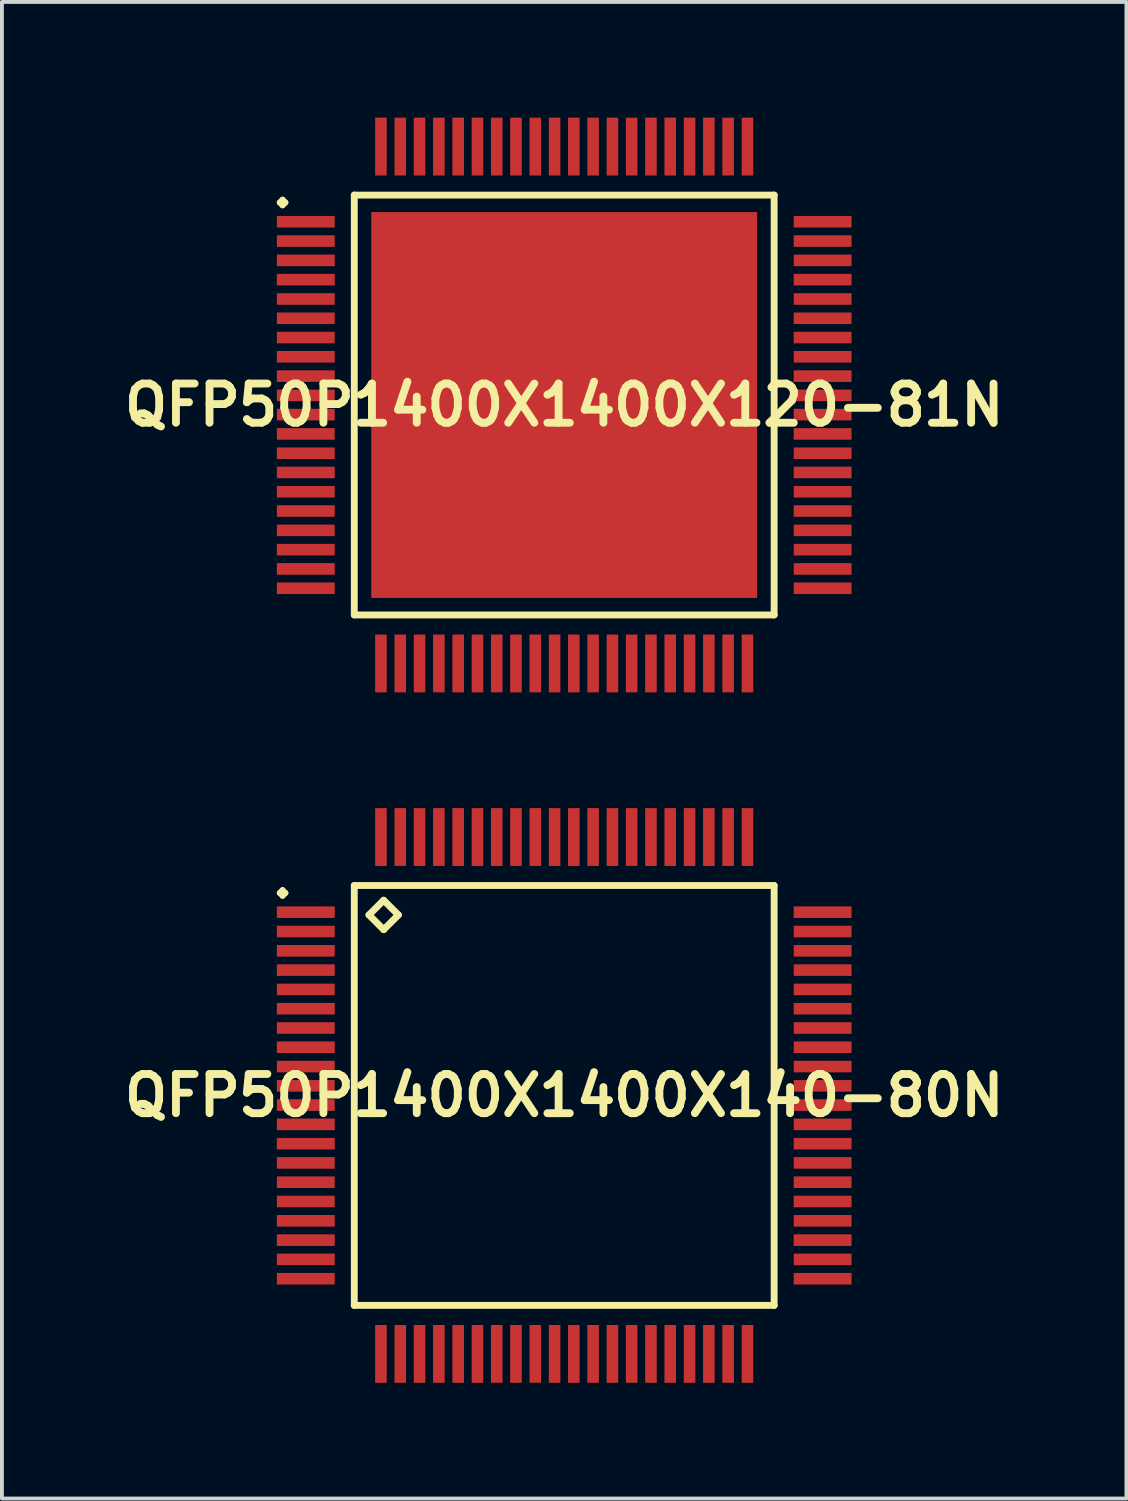
<source format=kicad_pcb>
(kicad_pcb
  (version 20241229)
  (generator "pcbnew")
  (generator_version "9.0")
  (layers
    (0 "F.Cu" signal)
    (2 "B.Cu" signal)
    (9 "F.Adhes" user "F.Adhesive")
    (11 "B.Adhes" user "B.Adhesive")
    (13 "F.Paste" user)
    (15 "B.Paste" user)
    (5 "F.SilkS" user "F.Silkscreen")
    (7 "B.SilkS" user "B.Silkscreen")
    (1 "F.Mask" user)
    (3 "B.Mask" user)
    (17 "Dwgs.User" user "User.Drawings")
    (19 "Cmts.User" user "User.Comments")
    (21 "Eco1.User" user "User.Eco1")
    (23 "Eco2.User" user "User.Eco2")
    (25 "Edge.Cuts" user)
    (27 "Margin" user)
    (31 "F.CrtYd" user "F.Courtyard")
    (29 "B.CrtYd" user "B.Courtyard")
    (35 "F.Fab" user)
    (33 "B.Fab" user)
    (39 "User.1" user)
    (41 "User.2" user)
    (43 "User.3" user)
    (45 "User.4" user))
  (footprint "QFP50P1400X1400X140-80N"
    (layer "F.Cu")
    (at 11.573 25.342)
    (property "Reference" "QFP50P1400X1400X140-80N" (at 0 0 0) (layer "F.SilkS") (effects (font (size 1.016 1.016) (thickness 0.203))))
    (attr smd)
    (fp_line (start -7.374 -5.248) (end -7.3 -5.324) (stroke (width 0.15) (type solid)) (layer "F.SilkS"))
    (fp_line (start -7.3 -5.324) (end -7.224 -5.248) (stroke (width 0.15) (type solid)) (layer "F.SilkS"))
    (fp_line (start -7.3 -5.174) (end -7.374 -5.248) (stroke (width 0.15) (type solid)) (layer "F.SilkS"))
    (fp_line (start -7.224 -5.248) (end -7.3 -5.174) (stroke (width 0.15) (type solid)) (layer "F.SilkS"))
    (fp_line (start -5.441 -5.441) (end -5.441 5.441) (stroke (width 0.178) (type solid)) (layer "F.SilkS"))
    (fp_line (start -5.441 5.441) (end 5.441 5.441) (stroke (width 0.178) (type solid)) (layer "F.SilkS"))
    (fp_line (start -5.06 -4.679) (end -4.679 -5.06) (stroke (width 0.178) (type solid)) (layer "F.SilkS"))
    (fp_line (start -4.679 -5.06) (end -4.298 -4.679) (stroke (width 0.178) (type solid)) (layer "F.SilkS"))
    (fp_line (start -4.679 -4.298) (end -5.06 -4.679) (stroke (width 0.178) (type solid)) (layer "F.SilkS"))
    (fp_line (start -4.298 -4.679) (end -4.679 -4.298) (stroke (width 0.178) (type solid)) (layer "F.SilkS"))
    (fp_line (start 5.441 -5.441) (end -5.441 -5.441) (stroke (width 0.178) (type solid)) (layer "F.SilkS"))
    (fp_line (start 5.441 5.441) (end 5.441 -5.441) (stroke (width 0.178) (type solid)) (layer "F.SilkS"))
    (pad "1" smd rect (at -6.698 -4.75) (size 1.499 0.3) (layers "F.Cu" "F.Mask" "F.Paste"))
    (pad "2" smd rect (at -6.698 -4.249) (size 1.499 0.3) (layers "F.Cu" "F.Mask" "F.Paste"))
    (pad "3" smd rect (at -6.698 -3.749) (size 1.499 0.3) (layers "F.Cu" "F.Mask" "F.Paste"))
    (pad "4" smd rect (at -6.698 -3.249) (size 1.499 0.3) (layers "F.Cu" "F.Mask" "F.Paste"))
    (pad "5" smd rect (at -6.698 -2.748) (size 1.499 0.3) (layers "F.Cu" "F.Mask" "F.Paste"))
    (pad "6" smd rect (at -6.698 -2.248) (size 1.499 0.3) (layers "F.Cu" "F.Mask" "F.Paste"))
    (pad "7" smd rect (at -6.698 -1.748) (size 1.499 0.3) (layers "F.Cu" "F.Mask" "F.Paste"))
    (pad "8" smd rect (at -6.698 -1.25) (size 1.499 0.3) (layers "F.Cu" "F.Mask" "F.Paste"))
    (pad "9" smd rect (at -6.698 -0.749) (size 1.499 0.3) (layers "F.Cu" "F.Mask" "F.Paste"))
    (pad "10" smd rect (at -6.698 -0.249) (size 1.499 0.3) (layers "F.Cu" "F.Mask" "F.Paste"))
    (pad "11" smd rect (at -6.698 0.249) (size 1.499 0.3) (layers "F.Cu" "F.Mask" "F.Paste"))
    (pad "12" smd rect (at -6.698 0.749) (size 1.499 0.3) (layers "F.Cu" "F.Mask" "F.Paste"))
    (pad "13" smd rect (at -6.698 1.25) (size 1.499 0.3) (layers "F.Cu" "F.Mask" "F.Paste"))
    (pad "14" smd rect (at -6.698 1.748) (size 1.499 0.3) (layers "F.Cu" "F.Mask" "F.Paste"))
    (pad "15" smd rect (at -6.698 2.248) (size 1.499 0.3) (layers "F.Cu" "F.Mask" "F.Paste"))
    (pad "16" smd rect (at -6.698 2.748) (size 1.499 0.3) (layers "F.Cu" "F.Mask" "F.Paste"))
    (pad "17" smd rect (at -6.698 3.249) (size 1.499 0.3) (layers "F.Cu" "F.Mask" "F.Paste"))
    (pad "18" smd rect (at -6.698 3.749) (size 1.499 0.3) (layers "F.Cu" "F.Mask" "F.Paste"))
    (pad "19" smd rect (at -6.698 4.249) (size 1.499 0.3) (layers "F.Cu" "F.Mask" "F.Paste"))
    (pad "20" smd rect (at -6.698 4.75) (size 1.499 0.3) (layers "F.Cu" "F.Mask" "F.Paste"))
    (pad "21" smd rect (at -4.75 6.698) (size 0.3 1.499) (layers "F.Cu" "F.Mask" "F.Paste"))
    (pad "22" smd rect (at -4.249 6.698) (size 0.3 1.499) (layers "F.Cu" "F.Mask" "F.Paste"))
    (pad "23" smd rect (at -3.749 6.698) (size 0.3 1.499) (layers "F.Cu" "F.Mask" "F.Paste"))
    (pad "24" smd rect (at -3.249 6.698) (size 0.3 1.499) (layers "F.Cu" "F.Mask" "F.Paste"))
    (pad "25" smd rect (at -2.748 6.698) (size 0.3 1.499) (layers "F.Cu" "F.Mask" "F.Paste"))
    (pad "26" smd rect (at -2.248 6.698) (size 0.3 1.499) (layers "F.Cu" "F.Mask" "F.Paste"))
    (pad "27" smd rect (at -1.748 6.698) (size 0.3 1.499) (layers "F.Cu" "F.Mask" "F.Paste"))
    (pad "28" smd rect (at -1.25 6.698) (size 0.3 1.499) (layers "F.Cu" "F.Mask" "F.Paste"))
    (pad "29" smd rect (at -0.749 6.698) (size 0.3 1.499) (layers "F.Cu" "F.Mask" "F.Paste"))
    (pad "30" smd rect (at -0.249 6.698) (size 0.3 1.499) (layers "F.Cu" "F.Mask" "F.Paste"))
    (pad "31" smd rect (at 0.249 6.698) (size 0.3 1.499) (layers "F.Cu" "F.Mask" "F.Paste"))
    (pad "32" smd rect (at 0.749 6.698) (size 0.3 1.499) (layers "F.Cu" "F.Mask" "F.Paste"))
    (pad "33" smd rect (at 1.25 6.698) (size 0.3 1.499) (layers "F.Cu" "F.Mask" "F.Paste"))
    (pad "34" smd rect (at 1.748 6.698) (size 0.3 1.499) (layers "F.Cu" "F.Mask" "F.Paste"))
    (pad "35" smd rect (at 2.248 6.698) (size 0.3 1.499) (layers "F.Cu" "F.Mask" "F.Paste"))
    (pad "36" smd rect (at 2.748 6.698) (size 0.3 1.499) (layers "F.Cu" "F.Mask" "F.Paste"))
    (pad "37" smd rect (at 3.249 6.698) (size 0.3 1.499) (layers "F.Cu" "F.Mask" "F.Paste"))
    (pad "38" smd rect (at 3.749 6.698) (size 0.3 1.499) (layers "F.Cu" "F.Mask" "F.Paste"))
    (pad "39" smd rect (at 4.249 6.698) (size 0.3 1.499) (layers "F.Cu" "F.Mask" "F.Paste"))
    (pad "40" smd rect (at 4.75 6.698) (size 0.3 1.499) (layers "F.Cu" "F.Mask" "F.Paste"))
    (pad "41" smd rect (at 6.698 4.75) (size 1.499 0.3) (layers "F.Cu" "F.Mask" "F.Paste"))
    (pad "42" smd rect (at 6.698 4.249) (size 1.499 0.3) (layers "F.Cu" "F.Mask" "F.Paste"))
    (pad "43" smd rect (at 6.698 3.749) (size 1.499 0.3) (layers "F.Cu" "F.Mask" "F.Paste"))
    (pad "44" smd rect (at 6.698 3.249) (size 1.499 0.3) (layers "F.Cu" "F.Mask" "F.Paste"))
    (pad "45" smd rect (at 6.698 2.748) (size 1.499 0.3) (layers "F.Cu" "F.Mask" "F.Paste"))
    (pad "46" smd rect (at 6.698 2.248) (size 1.499 0.3) (layers "F.Cu" "F.Mask" "F.Paste"))
    (pad "47" smd rect (at 6.698 1.748) (size 1.499 0.3) (layers "F.Cu" "F.Mask" "F.Paste"))
    (pad "48" smd rect (at 6.698 1.25) (size 1.499 0.3) (layers "F.Cu" "F.Mask" "F.Paste"))
    (pad "49" smd rect (at 6.698 0.749) (size 1.499 0.3) (layers "F.Cu" "F.Mask" "F.Paste"))
    (pad "50" smd rect (at 6.698 0.249) (size 1.499 0.3) (layers "F.Cu" "F.Mask" "F.Paste"))
    (pad "51" smd rect (at 6.698 -0.249) (size 1.499 0.3) (layers "F.Cu" "F.Mask" "F.Paste"))
    (pad "52" smd rect (at 6.698 -0.749) (size 1.499 0.3) (layers "F.Cu" "F.Mask" "F.Paste"))
    (pad "53" smd rect (at 6.698 -1.25) (size 1.499 0.3) (layers "F.Cu" "F.Mask" "F.Paste"))
    (pad "54" smd rect (at 6.698 -1.748) (size 1.499 0.3) (layers "F.Cu" "F.Mask" "F.Paste"))
    (pad "55" smd rect (at 6.698 -2.248) (size 1.499 0.3) (layers "F.Cu" "F.Mask" "F.Paste"))
    (pad "56" smd rect (at 6.698 -2.748) (size 1.499 0.3) (layers "F.Cu" "F.Mask" "F.Paste"))
    (pad "57" smd rect (at 6.698 -3.249) (size 1.499 0.3) (layers "F.Cu" "F.Mask" "F.Paste"))
    (pad "58" smd rect (at 6.698 -3.749) (size 1.499 0.3) (layers "F.Cu" "F.Mask" "F.Paste"))
    (pad "59" smd rect (at 6.698 -4.249) (size 1.499 0.3) (layers "F.Cu" "F.Mask" "F.Paste"))
    (pad "60" smd rect (at 6.698 -4.75) (size 1.499 0.3) (layers "F.Cu" "F.Mask" "F.Paste"))
    (pad "61" smd rect (at 4.75 -6.698) (size 0.3 1.499) (layers "F.Cu" "F.Mask" "F.Paste"))
    (pad "62" smd rect (at 4.249 -6.698) (size 0.3 1.499) (layers "F.Cu" "F.Mask" "F.Paste"))
    (pad "63" smd rect (at 3.749 -6.698) (size 0.3 1.499) (layers "F.Cu" "F.Mask" "F.Paste"))
    (pad "64" smd rect (at 3.249 -6.698) (size 0.3 1.499) (layers "F.Cu" "F.Mask" "F.Paste"))
    (pad "65" smd rect (at 2.748 -6.698) (size 0.3 1.499) (layers "F.Cu" "F.Mask" "F.Paste"))
    (pad "66" smd rect (at 2.248 -6.698) (size 0.3 1.499) (layers "F.Cu" "F.Mask" "F.Paste"))
    (pad "67" smd rect (at 1.748 -6.698) (size 0.3 1.499) (layers "F.Cu" "F.Mask" "F.Paste"))
    (pad "68" smd rect (at 1.25 -6.698) (size 0.3 1.499) (layers "F.Cu" "F.Mask" "F.Paste"))
    (pad "69" smd rect (at 0.749 -6.698) (size 0.3 1.499) (layers "F.Cu" "F.Mask" "F.Paste"))
    (pad "70" smd rect (at 0.249 -6.698) (size 0.3 1.499) (layers "F.Cu" "F.Mask" "F.Paste"))
    (pad "71" smd rect (at -0.249 -6.698) (size 0.3 1.499) (layers "F.Cu" "F.Mask" "F.Paste"))
    (pad "72" smd rect (at -0.749 -6.698) (size 0.3 1.499) (layers "F.Cu" "F.Mask" "F.Paste"))
    (pad "73" smd rect (at -1.25 -6.698) (size 0.3 1.499) (layers "F.Cu" "F.Mask" "F.Paste"))
    (pad "74" smd rect (at -1.748 -6.698) (size 0.3 1.499) (layers "F.Cu" "F.Mask" "F.Paste"))
    (pad "75" smd rect (at -2.248 -6.698) (size 0.3 1.499) (layers "F.Cu" "F.Mask" "F.Paste"))
    (pad "76" smd rect (at -2.748 -6.698) (size 0.3 1.499) (layers "F.Cu" "F.Mask" "F.Paste"))
    (pad "77" smd rect (at -3.249 -6.698) (size 0.3 1.499) (layers "F.Cu" "F.Mask" "F.Paste"))
    (pad "78" smd rect (at -3.749 -6.698) (size 0.3 1.499) (layers "F.Cu" "F.Mask" "F.Paste"))
    (pad "79" smd rect (at -4.249 -6.698) (size 0.3 1.499) (layers "F.Cu" "F.Mask" "F.Paste"))
    (pad "80" smd rect (at -4.75 -6.698) (size 0.3 1.499) (layers "F.Cu" "F.Mask" "F.Paste")))
  (footprint "QFP50P1400X1400X120-81N"
    (layer "F.Cu")
    (at 11.573 7.447)
    (property "Reference" "QFP50P1400X1400X120-81N" (at 0 0 0) (layer "F.SilkS") (effects (font (size 1.016 1.016) (thickness 0.203))))
    (attr smd)
    (fp_line (start -7.374 -5.248) (end -7.3 -5.324) (stroke (width 0.15) (type solid)) (layer "F.SilkS"))
    (fp_line (start -7.3 -5.324) (end -7.224 -5.248) (stroke (width 0.15) (type solid)) (layer "F.SilkS"))
    (fp_line (start -7.3 -5.174) (end -7.374 -5.248) (stroke (width 0.15) (type solid)) (layer "F.SilkS"))
    (fp_line (start -7.224 -5.248) (end -7.3 -5.174) (stroke (width 0.15) (type solid)) (layer "F.SilkS"))
    (fp_line (start -5.441 -5.441) (end -5.441 5.441) (stroke (width 0.178) (type solid)) (layer "F.SilkS"))
    (fp_line (start -5.441 5.441) (end 5.441 5.441) (stroke (width 0.178) (type solid)) (layer "F.SilkS"))
    (fp_line (start 5.441 -5.441) (end -5.441 -5.441) (stroke (width 0.178) (type solid)) (layer "F.SilkS"))
    (fp_line (start 5.441 5.441) (end 5.441 -5.441) (stroke (width 0.178) (type solid)) (layer "F.SilkS"))
    (pad "1" smd rect (at -6.698 -4.75) (size 1.499 0.3) (layers "F.Cu" "F.Mask" "F.Paste"))
    (pad "2" smd rect (at -6.698 -4.249) (size 1.499 0.3) (layers "F.Cu" "F.Mask" "F.Paste"))
    (pad "3" smd rect (at -6.698 -3.749) (size 1.499 0.3) (layers "F.Cu" "F.Mask" "F.Paste"))
    (pad "4" smd rect (at -6.698 -3.249) (size 1.499 0.3) (layers "F.Cu" "F.Mask" "F.Paste"))
    (pad "5" smd rect (at -6.698 -2.748) (size 1.499 0.3) (layers "F.Cu" "F.Mask" "F.Paste"))
    (pad "6" smd rect (at -6.698 -2.248) (size 1.499 0.3) (layers "F.Cu" "F.Mask" "F.Paste"))
    (pad "7" smd rect (at -6.698 -1.748) (size 1.499 0.3) (layers "F.Cu" "F.Mask" "F.Paste"))
    (pad "8" smd rect (at -6.698 -1.25) (size 1.499 0.3) (layers "F.Cu" "F.Mask" "F.Paste"))
    (pad "9" smd rect (at -6.698 -0.749) (size 1.499 0.3) (layers "F.Cu" "F.Mask" "F.Paste"))
    (pad "10" smd rect (at -6.698 -0.249) (size 1.499 0.3) (layers "F.Cu" "F.Mask" "F.Paste"))
    (pad "11" smd rect (at -6.698 0.249) (size 1.499 0.3) (layers "F.Cu" "F.Mask" "F.Paste"))
    (pad "12" smd rect (at -6.698 0.749) (size 1.499 0.3) (layers "F.Cu" "F.Mask" "F.Paste"))
    (pad "13" smd rect (at -6.698 1.25) (size 1.499 0.3) (layers "F.Cu" "F.Mask" "F.Paste"))
    (pad "14" smd rect (at -6.698 1.748) (size 1.499 0.3) (layers "F.Cu" "F.Mask" "F.Paste"))
    (pad "15" smd rect (at -6.698 2.248) (size 1.499 0.3) (layers "F.Cu" "F.Mask" "F.Paste"))
    (pad "16" smd rect (at -6.698 2.748) (size 1.499 0.3) (layers "F.Cu" "F.Mask" "F.Paste"))
    (pad "17" smd rect (at -6.698 3.249) (size 1.499 0.3) (layers "F.Cu" "F.Mask" "F.Paste"))
    (pad "18" smd rect (at -6.698 3.749) (size 1.499 0.3) (layers "F.Cu" "F.Mask" "F.Paste"))
    (pad "19" smd rect (at -6.698 4.249) (size 1.499 0.3) (layers "F.Cu" "F.Mask" "F.Paste"))
    (pad "20" smd rect (at -6.698 4.75) (size 1.499 0.3) (layers "F.Cu" "F.Mask" "F.Paste"))
    (pad "21" smd rect (at -4.75 6.698) (size 0.3 1.499) (layers "F.Cu" "F.Mask" "F.Paste"))
    (pad "22" smd rect (at -4.249 6.698) (size 0.3 1.499) (layers "F.Cu" "F.Mask" "F.Paste"))
    (pad "23" smd rect (at -3.749 6.698) (size 0.3 1.499) (layers "F.Cu" "F.Mask" "F.Paste"))
    (pad "24" smd rect (at -3.249 6.698) (size 0.3 1.499) (layers "F.Cu" "F.Mask" "F.Paste"))
    (pad "25" smd rect (at -2.748 6.698) (size 0.3 1.499) (layers "F.Cu" "F.Mask" "F.Paste"))
    (pad "26" smd rect (at -2.248 6.698) (size 0.3 1.499) (layers "F.Cu" "F.Mask" "F.Paste"))
    (pad "27" smd rect (at -1.748 6.698) (size 0.3 1.499) (layers "F.Cu" "F.Mask" "F.Paste"))
    (pad "28" smd rect (at -1.25 6.698) (size 0.3 1.499) (layers "F.Cu" "F.Mask" "F.Paste"))
    (pad "29" smd rect (at -0.749 6.698) (size 0.3 1.499) (layers "F.Cu" "F.Mask" "F.Paste"))
    (pad "30" smd rect (at -0.249 6.698) (size 0.3 1.499) (layers "F.Cu" "F.Mask" "F.Paste"))
    (pad "31" smd rect (at 0.249 6.698) (size 0.3 1.499) (layers "F.Cu" "F.Mask" "F.Paste"))
    (pad "32" smd rect (at 0.749 6.698) (size 0.3 1.499) (layers "F.Cu" "F.Mask" "F.Paste"))
    (pad "33" smd rect (at 1.25 6.698) (size 0.3 1.499) (layers "F.Cu" "F.Mask" "F.Paste"))
    (pad "34" smd rect (at 1.748 6.698) (size 0.3 1.499) (layers "F.Cu" "F.Mask" "F.Paste"))
    (pad "35" smd rect (at 2.248 6.698) (size 0.3 1.499) (layers "F.Cu" "F.Mask" "F.Paste"))
    (pad "36" smd rect (at 2.748 6.698) (size 0.3 1.499) (layers "F.Cu" "F.Mask" "F.Paste"))
    (pad "37" smd rect (at 3.249 6.698) (size 0.3 1.499) (layers "F.Cu" "F.Mask" "F.Paste"))
    (pad "38" smd rect (at 3.749 6.698) (size 0.3 1.499) (layers "F.Cu" "F.Mask" "F.Paste"))
    (pad "39" smd rect (at 4.249 6.698) (size 0.3 1.499) (layers "F.Cu" "F.Mask" "F.Paste"))
    (pad "40" smd rect (at 4.75 6.698) (size 0.3 1.499) (layers "F.Cu" "F.Mask" "F.Paste"))
    (pad "41" smd rect (at 6.698 4.75) (size 1.499 0.3) (layers "F.Cu" "F.Mask" "F.Paste"))
    (pad "42" smd rect (at 6.698 4.249) (size 1.499 0.3) (layers "F.Cu" "F.Mask" "F.Paste"))
    (pad "43" smd rect (at 6.698 3.749) (size 1.499 0.3) (layers "F.Cu" "F.Mask" "F.Paste"))
    (pad "44" smd rect (at 6.698 3.249) (size 1.499 0.3) (layers "F.Cu" "F.Mask" "F.Paste"))
    (pad "45" smd rect (at 6.698 2.748) (size 1.499 0.3) (layers "F.Cu" "F.Mask" "F.Paste"))
    (pad "46" smd rect (at 6.698 2.248) (size 1.499 0.3) (layers "F.Cu" "F.Mask" "F.Paste"))
    (pad "47" smd rect (at 6.698 1.748) (size 1.499 0.3) (layers "F.Cu" "F.Mask" "F.Paste"))
    (pad "48" smd rect (at 6.698 1.25) (size 1.499 0.3) (layers "F.Cu" "F.Mask" "F.Paste"))
    (pad "49" smd rect (at 6.698 0.749) (size 1.499 0.3) (layers "F.Cu" "F.Mask" "F.Paste"))
    (pad "50" smd rect (at 6.698 0.249) (size 1.499 0.3) (layers "F.Cu" "F.Mask" "F.Paste"))
    (pad "51" smd rect (at 6.698 -0.249) (size 1.499 0.3) (layers "F.Cu" "F.Mask" "F.Paste"))
    (pad "52" smd rect (at 6.698 -0.749) (size 1.499 0.3) (layers "F.Cu" "F.Mask" "F.Paste"))
    (pad "53" smd rect (at 6.698 -1.25) (size 1.499 0.3) (layers "F.Cu" "F.Mask" "F.Paste"))
    (pad "54" smd rect (at 6.698 -1.748) (size 1.499 0.3) (layers "F.Cu" "F.Mask" "F.Paste"))
    (pad "55" smd rect (at 6.698 -2.248) (size 1.499 0.3) (layers "F.Cu" "F.Mask" "F.Paste"))
    (pad "56" smd rect (at 6.698 -2.748) (size 1.499 0.3) (layers "F.Cu" "F.Mask" "F.Paste"))
    (pad "57" smd rect (at 6.698 -3.249) (size 1.499 0.3) (layers "F.Cu" "F.Mask" "F.Paste"))
    (pad "58" smd rect (at 6.698 -3.749) (size 1.499 0.3) (layers "F.Cu" "F.Mask" "F.Paste"))
    (pad "59" smd rect (at 6.698 -4.249) (size 1.499 0.3) (layers "F.Cu" "F.Mask" "F.Paste"))
    (pad "60" smd rect (at 6.698 -4.75) (size 1.499 0.3) (layers "F.Cu" "F.Mask" "F.Paste"))
    (pad "61" smd rect (at 4.75 -6.698) (size 0.3 1.499) (layers "F.Cu" "F.Mask" "F.Paste"))
    (pad "62" smd rect (at 4.249 -6.698) (size 0.3 1.499) (layers "F.Cu" "F.Mask" "F.Paste"))
    (pad "63" smd rect (at 3.749 -6.698) (size 0.3 1.499) (layers "F.Cu" "F.Mask" "F.Paste"))
    (pad "64" smd rect (at 3.249 -6.698) (size 0.3 1.499) (layers "F.Cu" "F.Mask" "F.Paste"))
    (pad "65" smd rect (at 2.748 -6.698) (size 0.3 1.499) (layers "F.Cu" "F.Mask" "F.Paste"))
    (pad "66" smd rect (at 2.248 -6.698) (size 0.3 1.499) (layers "F.Cu" "F.Mask" "F.Paste"))
    (pad "67" smd rect (at 1.748 -6.698) (size 0.3 1.499) (layers "F.Cu" "F.Mask" "F.Paste"))
    (pad "68" smd rect (at 1.25 -6.698) (size 0.3 1.499) (layers "F.Cu" "F.Mask" "F.Paste"))
    (pad "69" smd rect (at 0.749 -6.698) (size 0.3 1.499) (layers "F.Cu" "F.Mask" "F.Paste"))
    (pad "70" smd rect (at 0.249 -6.698) (size 0.3 1.499) (layers "F.Cu" "F.Mask" "F.Paste"))
    (pad "71" smd rect (at -0.249 -6.698) (size 0.3 1.499) (layers "F.Cu" "F.Mask" "F.Paste"))
    (pad "72" smd rect (at -0.749 -6.698) (size 0.3 1.499) (layers "F.Cu" "F.Mask" "F.Paste"))
    (pad "73" smd rect (at -1.25 -6.698) (size 0.3 1.499) (layers "F.Cu" "F.Mask" "F.Paste"))
    (pad "74" smd rect (at -1.748 -6.698) (size 0.3 1.499) (layers "F.Cu" "F.Mask" "F.Paste"))
    (pad "75" smd rect (at -2.248 -6.698) (size 0.3 1.499) (layers "F.Cu" "F.Mask" "F.Paste"))
    (pad "76" smd rect (at -2.748 -6.698) (size 0.3 1.499) (layers "F.Cu" "F.Mask" "F.Paste"))
    (pad "77" smd rect (at -3.249 -6.698) (size 0.3 1.499) (layers "F.Cu" "F.Mask" "F.Paste"))
    (pad "78" smd rect (at -3.749 -6.698) (size 0.3 1.499) (layers "F.Cu" "F.Mask" "F.Paste"))
    (pad "79" smd rect (at -4.249 -6.698) (size 0.3 1.499) (layers "F.Cu" "F.Mask" "F.Paste"))
    (pad "80" smd rect (at -4.75 -6.698) (size 0.3 1.499) (layers "F.Cu" "F.Mask" "F.Paste"))
    (pad "81" smd rect (at 0 0) (size 10 10) (layers "F.Cu" "F.Mask" "F.Paste")))
  (gr_rect
    (start -3 -3)
    (end 26.145 35.789)
    (stroke (width 0.1) (type default))
    (fill no)
    (layer "Edge.Cuts")))
</source>
